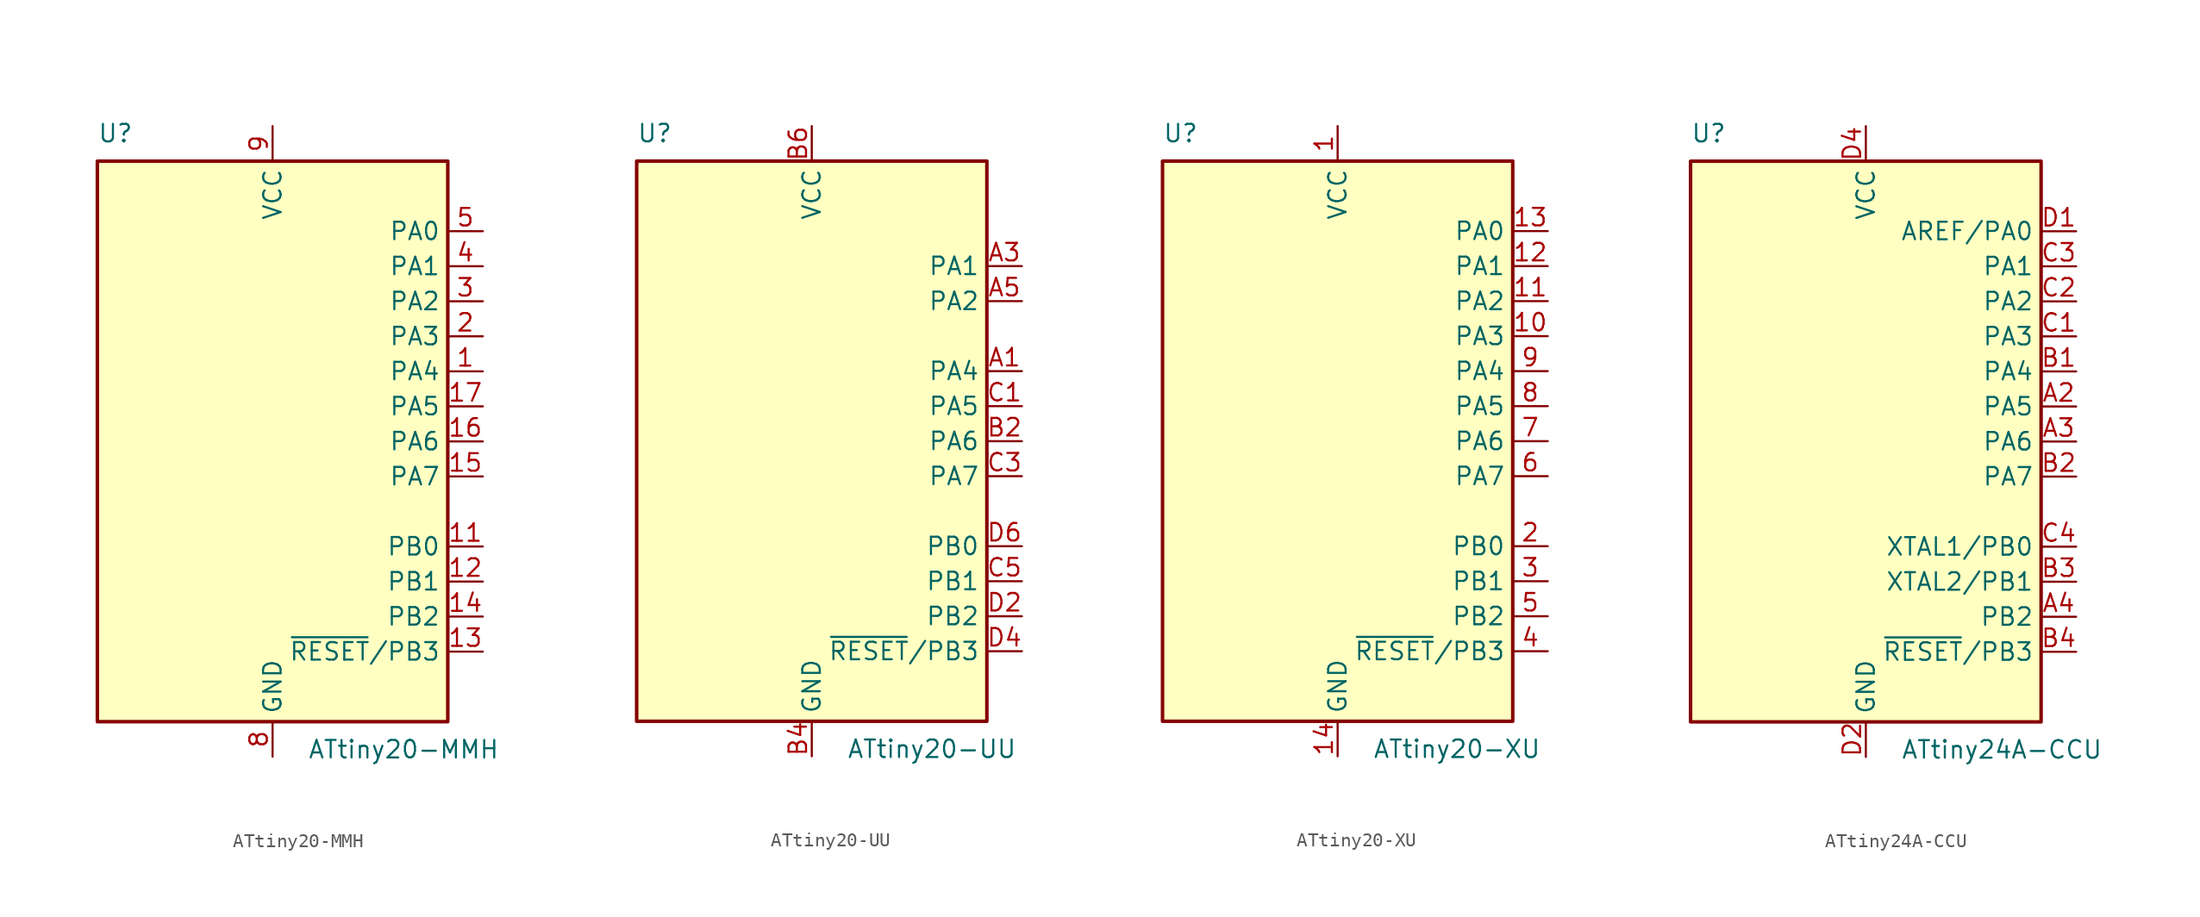
<source format=kicad_sym>
(kicad_symbol_lib
  (version 20211014)
  (generator kicad_symbol_editor)
  (symbol "ATtiny20-MMH"
    (property "Reference" "U"
      (at -12.7 21.59 0)
      (effects (font (size 1.27 1.27)) (justify left bottom)))
    (property "Value" "ATtiny20-MMH"
      (at 2.54 -21.59 0)
      (effects (font (size 1.27 1.27)) (justify left top)))
    (symbol "ATtiny20-MMH_0_1"
      (rectangle (start -12.7 -20.32) (end 12.7 20.32) (stroke (width 0.254) (type default) (color 0 0 0 0)) (fill (type background))))
    (symbol "ATtiny20-MMH_1_1"
      (pin bidirectional line (at 15.24 5.08 180) (length 2.54) (name "PA4" (effects (font (size 1.27 1.27)))) (number "1" (effects (font (size 1.27 1.27)))))
      (pin no_connect line (at -12.7 -10.16 0) (length 2.54) hide (name "NC" (effects (font (size 1.27 1.27)))) (number "10" (effects (font (size 1.27 1.27)))))
      (pin bidirectional line (at 15.24 -7.62 180) (length 2.54) (name "PB0" (effects (font (size 1.27 1.27)))) (number "11" (effects (font (size 1.27 1.27)))))
      (pin bidirectional line (at 15.24 -10.16 180) (length 2.54) (name "PB1" (effects (font (size 1.27 1.27)))) (number "12" (effects (font (size 1.27 1.27)))))
      (pin bidirectional line (at 15.24 -15.24 180) (length 2.54) (name "~{RESET}/PB3" (effects (font (size 1.27 1.27)))) (number "13" (effects (font (size 1.27 1.27)))))
      (pin bidirectional line (at 15.24 -12.7 180) (length 2.54) (name "PB2" (effects (font (size 1.27 1.27)))) (number "14" (effects (font (size 1.27 1.27)))))
      (pin bidirectional line (at 15.24 -2.54 180) (length 2.54) (name "PA7" (effects (font (size 1.27 1.27)))) (number "15" (effects (font (size 1.27 1.27)))))
      (pin bidirectional line (at 15.24 0 180) (length 2.54) (name "PA6" (effects (font (size 1.27 1.27)))) (number "16" (effects (font (size 1.27 1.27)))))
      (pin bidirectional line (at 15.24 2.54 180) (length 2.54) (name "PA5" (effects (font (size 1.27 1.27)))) (number "17" (effects (font (size 1.27 1.27)))))
      (pin no_connect line (at -12.7 -12.7 0) (length 2.54) hide (name "NC" (effects (font (size 1.27 1.27)))) (number "18" (effects (font (size 1.27 1.27)))))
      (pin no_connect line (at -12.7 -15.24 0) (length 2.54) hide (name "NC" (effects (font (size 1.27 1.27)))) (number "19" (effects (font (size 1.27 1.27)))))
      (pin bidirectional line (at 15.24 7.62 180) (length 2.54) (name "PA3" (effects (font (size 1.27 1.27)))) (number "2" (effects (font (size 1.27 1.27)))))
      (pin no_connect line (at -12.7 -17.78 0) (length 2.54) hide (name "NC" (effects (font (size 1.27 1.27)))) (number "20" (effects (font (size 1.27 1.27)))))
      (pin passive line (at 0 -22.86 90) (length 2.54) hide (name "GND" (effects (font (size 1.27 1.27)))) (number "21" (effects (font (size 1.27 1.27)))))
      (pin bidirectional line (at 15.24 10.16 180) (length 2.54) (name "PA2" (effects (font (size 1.27 1.27)))) (number "3" (effects (font (size 1.27 1.27)))))
      (pin bidirectional line (at 15.24 12.7 180) (length 2.54) (name "PA1" (effects (font (size 1.27 1.27)))) (number "4" (effects (font (size 1.27 1.27)))))
      (pin bidirectional line (at 15.24 15.24 180) (length 2.54) (name "PA0" (effects (font (size 1.27 1.27)))) (number "5" (effects (font (size 1.27 1.27)))))
      (pin no_connect line (at -12.7 -5.08 0) (length 2.54) hide (name "NC" (effects (font (size 1.27 1.27)))) (number "6" (effects (font (size 1.27 1.27)))))
      (pin no_connect line (at -12.7 -7.62 0) (length 2.54) hide (name "NC" (effects (font (size 1.27 1.27)))) (number "7" (effects (font (size 1.27 1.27)))))
      (pin power_in line (at 0 -22.86 90) (length 2.54) (name "GND" (effects (font (size 1.27 1.27)))) (number "8" (effects (font (size 1.27 1.27)))))
      (pin power_in line (at 0 22.86 270) (length 2.54) (name "VCC" (effects (font (size 1.27 1.27)))) (number "9" (effects (font (size 1.27 1.27)))))))
  (symbol "ATtiny20-UU"
    (property "Reference" "U"
      (at -12.7 21.59 0)
      (effects (font (size 1.27 1.27)) (justify left bottom)))
    (property "Value" "ATtiny20-UU"
      (at 2.54 -21.59 0)
      (effects (font (size 1.27 1.27)) (justify left top)))
    (symbol "ATtiny20-UU_0_1"
      (rectangle (start -12.7 -20.32) (end 12.7 20.32) (stroke (width 0.254) (type default) (color 0 0 0 0)) (fill (type background))))
    (symbol "ATtiny20-UU_1_1"
      (pin bidirectional line (at 15.24 5.08 180) (length 2.54) (name "PA4" (effects (font (size 1.27 1.27)))) (number "A1" (effects (font (size 1.27 1.27)))))
      (pin bidirectional line (at 15.24 12.7 180) (length 2.54) (name "PA1" (effects (font (size 1.27 1.27)))) (number "A3" (effects (font (size 1.27 1.27)))))
      (pin bidirectional line (at 15.24 10.16 180) (length 2.54) (name "PA2" (effects (font (size 1.27 1.27)))) (number "A5" (effects (font (size 1.27 1.27)))))
      (pin bidirectional line (at 15.24 0 180) (length 2.54) (name "PA6" (effects (font (size 1.27 1.27)))) (number "B2" (effects (font (size 1.27 1.27)))))
      (pin power_in line (at 0 -22.86 90) (length 2.54) (name "GND" (effects (font (size 1.27 1.27)))) (number "B4" (effects (font (size 1.27 1.27)))))
      (pin power_in line (at 0 22.86 270) (length 2.54) (name "VCC" (effects (font (size 1.27 1.27)))) (number "B6" (effects (font (size 1.27 1.27)))))
      (pin bidirectional line (at 15.24 2.54 180) (length 2.54) (name "PA5" (effects (font (size 1.27 1.27)))) (number "C1" (effects (font (size 1.27 1.27)))))
      (pin bidirectional line (at 15.24 -2.54 180) (length 2.54) (name "PA7" (effects (font (size 1.27 1.27)))) (number "C3" (effects (font (size 1.27 1.27)))))
      (pin bidirectional line (at 15.24 -10.16 180) (length 2.54) (name "PB1" (effects (font (size 1.27 1.27)))) (number "C5" (effects (font (size 1.27 1.27)))))
      (pin bidirectional line (at 15.24 -12.7 180) (length 2.54) (name "PB2" (effects (font (size 1.27 1.27)))) (number "D2" (effects (font (size 1.27 1.27)))))
      (pin bidirectional line (at 15.24 -15.24 180) (length 2.54) (name "~{RESET}/PB3" (effects (font (size 1.27 1.27)))) (number "D4" (effects (font (size 1.27 1.27)))))
      (pin bidirectional line (at 15.24 -7.62 180) (length 2.54) (name "PB0" (effects (font (size 1.27 1.27)))) (number "D6" (effects (font (size 1.27 1.27)))))))
  (symbol "ATtiny20-XU"
    (property "Reference" "U"
      (at -12.7 21.59 0)
      (effects (font (size 1.27 1.27)) (justify left bottom)))
    (property "Value" "ATtiny20-XU"
      (at 2.54 -21.59 0)
      (effects (font (size 1.27 1.27)) (justify left top)))
    (symbol "ATtiny20-XU_0_1"
      (rectangle (start -12.7 -20.32) (end 12.7 20.32) (stroke (width 0.254) (type default) (color 0 0 0 0)) (fill (type background))))
    (symbol "ATtiny20-XU_1_1"
      (pin power_in line (at 0 22.86 270) (length 2.54) (name "VCC" (effects (font (size 1.27 1.27)))) (number "1" (effects (font (size 1.27 1.27)))))
      (pin bidirectional line (at 15.24 7.62 180) (length 2.54) (name "PA3" (effects (font (size 1.27 1.27)))) (number "10" (effects (font (size 1.27 1.27)))))
      (pin bidirectional line (at 15.24 10.16 180) (length 2.54) (name "PA2" (effects (font (size 1.27 1.27)))) (number "11" (effects (font (size 1.27 1.27)))))
      (pin bidirectional line (at 15.24 12.7 180) (length 2.54) (name "PA1" (effects (font (size 1.27 1.27)))) (number "12" (effects (font (size 1.27 1.27)))))
      (pin bidirectional line (at 15.24 15.24 180) (length 2.54) (name "PA0" (effects (font (size 1.27 1.27)))) (number "13" (effects (font (size 1.27 1.27)))))
      (pin power_in line (at 0 -22.86 90) (length 2.54) (name "GND" (effects (font (size 1.27 1.27)))) (number "14" (effects (font (size 1.27 1.27)))))
      (pin bidirectional line (at 15.24 -7.62 180) (length 2.54) (name "PB0" (effects (font (size 1.27 1.27)))) (number "2" (effects (font (size 1.27 1.27)))))
      (pin bidirectional line (at 15.24 -10.16 180) (length 2.54) (name "PB1" (effects (font (size 1.27 1.27)))) (number "3" (effects (font (size 1.27 1.27)))))
      (pin bidirectional line (at 15.24 -15.24 180) (length 2.54) (name "~{RESET}/PB3" (effects (font (size 1.27 1.27)))) (number "4" (effects (font (size 1.27 1.27)))))
      (pin bidirectional line (at 15.24 -12.7 180) (length 2.54) (name "PB2" (effects (font (size 1.27 1.27)))) (number "5" (effects (font (size 1.27 1.27)))))
      (pin bidirectional line (at 15.24 -2.54 180) (length 2.54) (name "PA7" (effects (font (size 1.27 1.27)))) (number "6" (effects (font (size 1.27 1.27)))))
      (pin bidirectional line (at 15.24 0 180) (length 2.54) (name "PA6" (effects (font (size 1.27 1.27)))) (number "7" (effects (font (size 1.27 1.27)))))
      (pin bidirectional line (at 15.24 2.54 180) (length 2.54) (name "PA5" (effects (font (size 1.27 1.27)))) (number "8" (effects (font (size 1.27 1.27)))))
      (pin bidirectional line (at 15.24 5.08 180) (length 2.54) (name "PA4" (effects (font (size 1.27 1.27)))) (number "9" (effects (font (size 1.27 1.27)))))))
  (symbol "ATtiny24A-CCU"
    (property "Reference" "U"
      (at -12.7 21.59 0)
      (effects (font (size 1.27 1.27)) (justify left bottom)))
    (property "Value" "ATtiny24A-CCU"
      (at 2.54 -21.59 0)
      (effects (font (size 1.27 1.27)) (justify left top)))
    (symbol "ATtiny24A-CCU_0_1"
      (rectangle (start -12.7 -20.32) (end 12.7 20.32) (stroke (width 0.254) (type default) (color 0 0 0 0)) (fill (type background))))
    (symbol "ATtiny24A-CCU_1_1"
      (pin bidirectional line (at 15.24 2.54 180) (length 2.54) (name "PA5" (effects (font (size 1.27 1.27)))) (number "A2" (effects (font (size 1.27 1.27)))))
      (pin bidirectional line (at 15.24 0 180) (length 2.54) (name "PA6" (effects (font (size 1.27 1.27)))) (number "A3" (effects (font (size 1.27 1.27)))))
      (pin bidirectional line (at 15.24 -12.7 180) (length 2.54) (name "PB2" (effects (font (size 1.27 1.27)))) (number "A4" (effects (font (size 1.27 1.27)))))
      (pin bidirectional line (at 15.24 5.08 180) (length 2.54) (name "PA4" (effects (font (size 1.27 1.27)))) (number "B1" (effects (font (size 1.27 1.27)))))
      (pin bidirectional line (at 15.24 -2.54 180) (length 2.54) (name "PA7" (effects (font (size 1.27 1.27)))) (number "B2" (effects (font (size 1.27 1.27)))))
      (pin bidirectional line (at 15.24 -10.16 180) (length 2.54) (name "XTAL2/PB1" (effects (font (size 1.27 1.27)))) (number "B3" (effects (font (size 1.27 1.27)))))
      (pin bidirectional line (at 15.24 -15.24 180) (length 2.54) (name "~{RESET}/PB3" (effects (font (size 1.27 1.27)))) (number "B4" (effects (font (size 1.27 1.27)))))
      (pin bidirectional line (at 15.24 7.62 180) (length 2.54) (name "PA3" (effects (font (size 1.27 1.27)))) (number "C1" (effects (font (size 1.27 1.27)))))
      (pin bidirectional line (at 15.24 10.16 180) (length 2.54) (name "PA2" (effects (font (size 1.27 1.27)))) (number "C2" (effects (font (size 1.27 1.27)))))
      (pin bidirectional line (at 15.24 12.7 180) (length 2.54) (name "PA1" (effects (font (size 1.27 1.27)))) (number "C3" (effects (font (size 1.27 1.27)))))
      (pin bidirectional line (at 15.24 -7.62 180) (length 2.54) (name "XTAL1/PB0" (effects (font (size 1.27 1.27)))) (number "C4" (effects (font (size 1.27 1.27)))))
      (pin bidirectional line (at 15.24 15.24 180) (length 2.54) (name "AREF/PA0" (effects (font (size 1.27 1.27)))) (number "D1" (effects (font (size 1.27 1.27)))))
      (pin power_in line (at 0 -22.86 90) (length 2.54) (name "GND" (effects (font (size 1.27 1.27)))) (number "D2" (effects (font (size 1.27 1.27)))))
      (pin passive line (at 0 -22.86 90) (length 2.54) hide (name "GND" (effects (font (size 1.27 1.27)))) (number "D3" (effects (font (size 1.27 1.27)))))
      (pin power_in line (at 0 22.86 270) (length 2.54) (name "VCC" (effects (font (size 1.27 1.27)))) (number "D4" (effects (font (size 1.27 1.27))))))))
</source>
